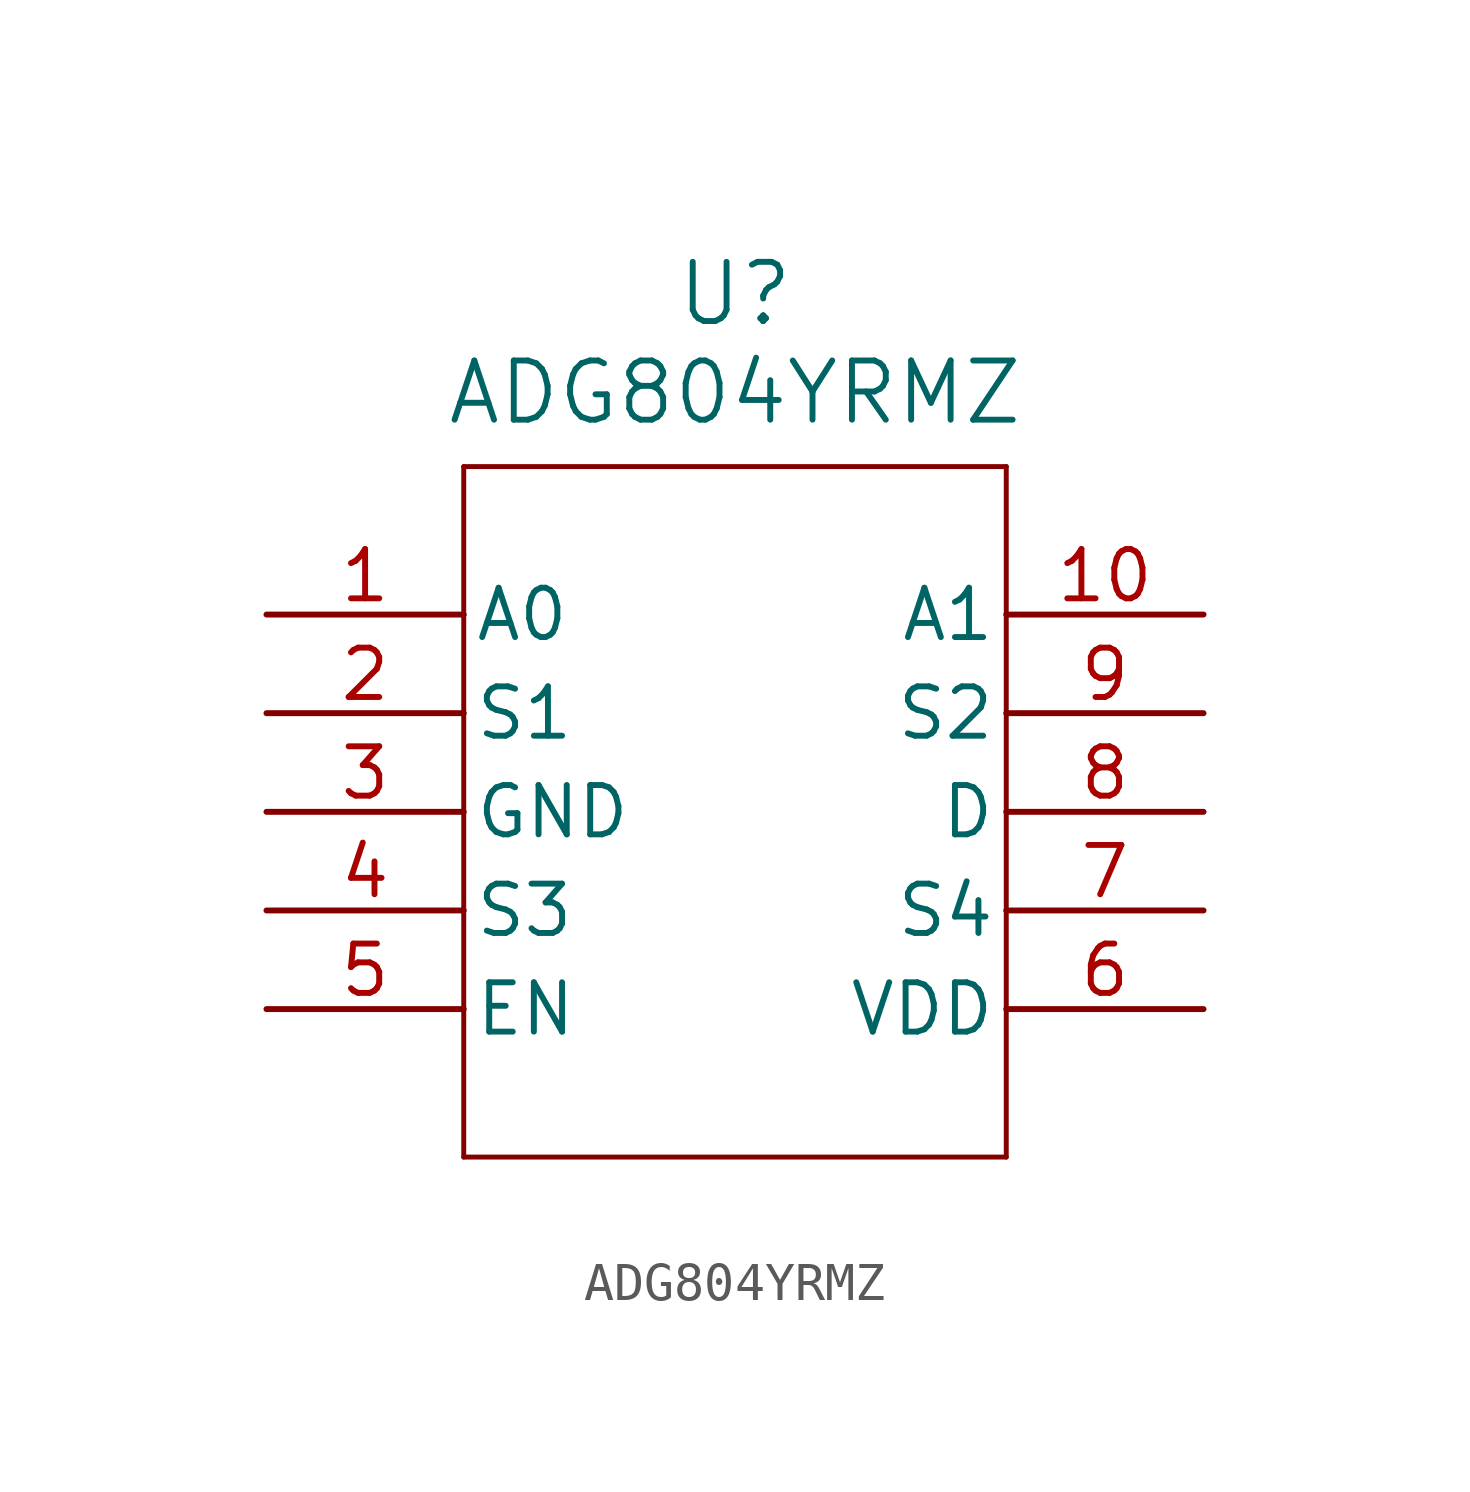
<source format=kicad_sym>
(kicad_symbol_lib
  (version 20220914)
  (generator kicad_symbol_editor)
  (symbol "ADG804YRMZ"
    (pin_names
      (offset 0.254))
    (property "Reference" "U"
      (at 12.065 8.255 0)
      (effects (font (size 1.524 1.524))))
    (property "Value" "ADG804YRMZ"
      (at 12.065 5.715 0)
      (effects (font (size 1.524 1.524))))
    (property "ki_locked" ""
      (at 0 0 0)
      (effects (font (size 1.27 1.27))))
    (symbol "ADG804YRMZ_0_1"
      (polyline (pts (xy 5.08 -13.97) (xy 19.05 -13.97)) (stroke (width 0.127) (type default)) (fill (type none)))
      (polyline (pts (xy 5.08 3.81) (xy 5.08 -13.97)) (stroke (width 0.127) (type default)) (fill (type none)))
      (polyline (pts (xy 19.05 -13.97) (xy 19.05 3.81)) (stroke (width 0.127) (type default)) (fill (type none)))
      (polyline (pts (xy 19.05 3.81) (xy 5.08 3.81)) (stroke (width 0.127) (type default)) (fill (type none))))
    (symbol "ADG804YRMZ_1_1"
      (pin unspecified line (at 0 0 0) (length 5.08) (name "A0" (effects (font (size 1.27 1.27)))) (number "1" (effects (font (size 1.27 1.27)))))
      (pin unspecified line (at 24.13 0 180) (length 5.08) (name "A1" (effects (font (size 1.27 1.27)))) (number "10" (effects (font (size 1.27 1.27)))))
      (pin unspecified line (at 0 -2.54 0) (length 5.08) (name "S1" (effects (font (size 1.27 1.27)))) (number "2" (effects (font (size 1.27 1.27)))))
      (pin unspecified line (at 0 -5.08 0) (length 5.08) (name "GND" (effects (font (size 1.27 1.27)))) (number "3" (effects (font (size 1.27 1.27)))))
      (pin unspecified line (at 0 -7.62 0) (length 5.08) (name "S3" (effects (font (size 1.27 1.27)))) (number "4" (effects (font (size 1.27 1.27)))))
      (pin unspecified line (at 0 -10.16 0) (length 5.08) (name "EN" (effects (font (size 1.27 1.27)))) (number "5" (effects (font (size 1.27 1.27)))))
      (pin power_in line (at 24.13 -10.16 180) (length 5.08) (name "VDD" (effects (font (size 1.27 1.27)))) (number "6" (effects (font (size 1.27 1.27)))))
      (pin unspecified line (at 24.13 -7.62 180) (length 5.08) (name "S4" (effects (font (size 1.27 1.27)))) (number "7" (effects (font (size 1.27 1.27)))))
      (pin unspecified line (at 24.13 -5.08 180) (length 5.08) (name "D" (effects (font (size 1.27 1.27)))) (number "8" (effects (font (size 1.27 1.27)))))
      (pin unspecified line (at 24.13 -2.54 180) (length 5.08) (name "S2" (effects (font (size 1.27 1.27)))) (number "9" (effects (font (size 1.27 1.27))))))))
</source>
